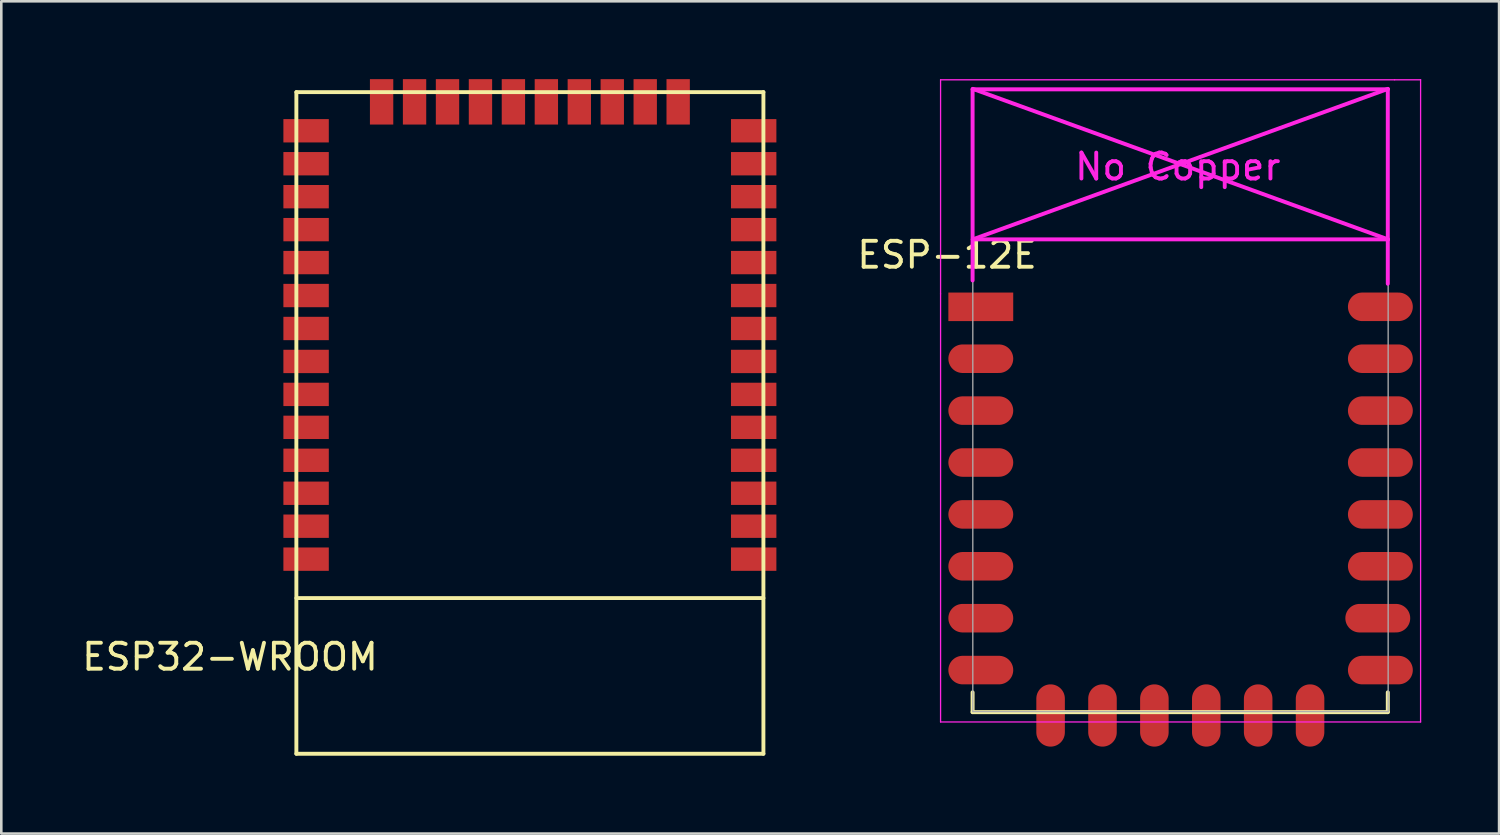
<source format=kicad_pcb>
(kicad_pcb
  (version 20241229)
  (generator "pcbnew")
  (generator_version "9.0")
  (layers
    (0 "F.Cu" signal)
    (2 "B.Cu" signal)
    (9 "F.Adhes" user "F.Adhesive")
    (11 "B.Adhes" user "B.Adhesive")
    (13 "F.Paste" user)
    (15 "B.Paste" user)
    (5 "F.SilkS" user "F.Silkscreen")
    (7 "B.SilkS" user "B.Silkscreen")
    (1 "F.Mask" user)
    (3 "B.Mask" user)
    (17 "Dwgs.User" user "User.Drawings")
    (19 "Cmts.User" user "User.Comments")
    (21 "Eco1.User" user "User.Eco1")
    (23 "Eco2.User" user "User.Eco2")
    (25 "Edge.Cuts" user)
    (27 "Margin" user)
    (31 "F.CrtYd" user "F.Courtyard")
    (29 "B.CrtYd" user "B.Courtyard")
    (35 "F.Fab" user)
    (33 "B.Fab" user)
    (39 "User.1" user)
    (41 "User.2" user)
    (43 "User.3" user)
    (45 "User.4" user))
  (footprint "ESP-12E"
    (layer "F.Cu")
    (at 35.45 8.775)
    (property "Reference" "ESP-12E" (at -2 -2 0) (layer "F.SilkS") (effects (font (size 1 1) (thickness 0.15))))
    (attr through_hole)
    (fp_line (start -1.016 14.859) (end -1.016 15.621) (stroke (width 0.152) (type solid)) (layer "F.SilkS"))
    (fp_line (start -1.016 15.621) (end 14.986 15.621) (stroke (width 0.152) (type solid)) (layer "F.SilkS"))
    (fp_line (start 14.986 15.621) (end 14.986 14.859) (stroke (width 0.152) (type solid)) (layer "F.SilkS"))
    (fp_line (start -2.25 -8.75) (end 15.25 -8.75) (stroke (width 0.05) (type solid)) (layer "F.CrtYd"))
    (fp_line (start -2.25 -0.5) (end -2.25 -8.75) (stroke (width 0.05) (type solid)) (layer "F.CrtYd"))
    (fp_line (start -2.25 16) (end -2.25 -0.5) (stroke (width 0.05) (type solid)) (layer "F.CrtYd"))
    (fp_line (start -1.016 -8.382) (end -1.016 -1.016) (stroke (width 0.152) (type solid)) (layer "F.CrtYd"))
    (fp_line (start -1.016 -8.382) (end 14.986 -8.382) (stroke (width 0.152) (type solid)) (layer "F.CrtYd"))
    (fp_line (start -1.008 -8.4) (end 14.992 -2.6) (stroke (width 0.152) (type solid)) (layer "F.CrtYd"))
    (fp_line (start -1.008 -2.6) (end 14.992 -2.6) (stroke (width 0.152) (type solid)) (layer "F.CrtYd"))
    (fp_line (start 14.986 -8.382) (end 14.986 -0.889) (stroke (width 0.152) (type solid)) (layer "F.CrtYd"))
    (fp_line (start 14.992 -8.4) (end -1.008 -2.6) (stroke (width 0.152) (type solid)) (layer "F.CrtYd"))
    (fp_line (start 15.25 -8.75) (end 16.25 -8.75) (stroke (width 0.05) (type solid)) (layer "F.CrtYd"))
    (fp_line (start 16.25 -8.75) (end 16.25 16) (stroke (width 0.05) (type solid)) (layer "F.CrtYd"))
    (fp_line (start 16.25 16) (end -2.25 16) (stroke (width 0.05) (type solid)) (layer "F.CrtYd"))
    (fp_line (start -1.008 -8.4) (end 14.992 -8.4) (stroke (width 0.05) (type solid)) (layer "F.Fab"))
    (fp_line (start -1.008 15.6) (end -1.008 -8.4) (stroke (width 0.05) (type solid)) (layer "F.Fab"))
    (fp_line (start 14.992 15.6) (end -1.008 15.6) (stroke (width 0.05) (type solid)) (layer "F.Fab"))
    (fp_line (start 15 -8.4) (end 15 15.6) (stroke (width 0.05) (type solid)) (layer "F.Fab"))
    (fp_text user "No Copper" (at 6.892 -5.4 0) (layer "F.CrtYd") (effects (font (size 1 1) (thickness 0.15))))
    (pad "1" smd rect (at 0 0) (size 2.5 1.1) (drill (offset -0.7 0)) (layers "F.Cu" "F.Mask" "F.Paste"))
    (pad "2" smd oval (at 0 2) (size 2.5 1.1) (drill (offset -0.7 0)) (layers "F.Cu" "F.Mask" "F.Paste"))
    (pad "3" smd oval (at 0 4) (size 2.5 1.1) (drill (offset -0.7 0)) (layers "F.Cu" "F.Mask" "F.Paste"))
    (pad "4" smd oval (at 0 6) (size 2.5 1.1) (drill (offset -0.7 0)) (layers "F.Cu" "F.Mask" "F.Paste"))
    (pad "5" smd oval (at 0 8) (size 2.5 1.1) (drill (offset -0.7 0)) (layers "F.Cu" "F.Mask" "F.Paste"))
    (pad "6" smd oval (at 0 10) (size 2.5 1.1) (drill (offset -0.7 0)) (layers "F.Cu" "F.Mask" "F.Paste"))
    (pad "7" smd oval (at 0 12) (size 2.5 1.1) (drill (offset -0.7 0)) (layers "F.Cu" "F.Mask" "F.Paste"))
    (pad "8" smd oval (at 0 14) (size 2.5 1.1) (drill (offset -0.7 0)) (layers "F.Cu" "F.Mask" "F.Paste"))
    (pad "9" smd oval (at 14 14) (size 2.5 1.1) (drill (offset 0.7 0)) (layers "F.Cu" "F.Mask" "F.Paste"))
    (pad "10" smd oval (at 14 12) (size 2.5 1.1) (drill (offset 0.6 0)) (layers "F.Cu" "F.Mask" "F.Paste"))
    (pad "11" smd oval (at 14 10) (size 2.5 1.1) (drill (offset 0.7 0)) (layers "F.Cu" "F.Mask" "F.Paste"))
    (pad "12" smd oval (at 14 8) (size 2.5 1.1) (drill (offset 0.7 0)) (layers "F.Cu" "F.Mask" "F.Paste"))
    (pad "13" smd oval (at 14 6) (size 2.5 1.1) (drill (offset 0.7 0)) (layers "F.Cu" "F.Mask" "F.Paste"))
    (pad "14" smd oval (at 14 4) (size 2.5 1.1) (drill (offset 0.7 0)) (layers "F.Cu" "F.Mask" "F.Paste"))
    (pad "15" smd oval (at 14 2) (size 2.5 1.1) (drill (offset 0.7 0)) (layers "F.Cu" "F.Mask" "F.Paste"))
    (pad "16" smd oval (at 14 0) (size 2.5 1.1) (drill (offset 0.7 0)) (layers "F.Cu" "F.Mask" "F.Paste"))
    (pad "17" smd oval (at 1.99 15.75 90) (size 2.4 1.1) (layers "F.Cu" "F.Mask" "F.Paste"))
    (pad "18" smd oval (at 3.99 15.75 90) (size 2.4 1.1) (layers "F.Cu" "F.Mask" "F.Paste"))
    (pad "19" smd oval (at 5.99 15.75 90) (size 2.4 1.1) (layers "F.Cu" "F.Mask" "F.Paste"))
    (pad "20" smd oval (at 7.99 15.75 90) (size 2.4 1.1) (layers "F.Cu" "F.Mask" "F.Paste"))
    (pad "21" smd oval (at 9.99 15.75 90) (size 2.4 1.1) (layers "F.Cu" "F.Mask" "F.Paste"))
    (pad "22" smd oval (at 11.99 15.75 90) (size 2.4 1.1) (layers "F.Cu" "F.Mask" "F.Paste")))
  (footprint "ESP32-WROOM"
    (layer "F.Cu")
    (at 17.372 13.25)
    (property "Reference" "ESP32-WROOM" (at -11.557 9.017 0) (layer "F.SilkS") (effects (font (size 1 1) (thickness 0.15))))
    (attr through_hole)
    (fp_line (start -9 -12.75) (end 9 -12.75) (stroke (width 0.15) (type solid)) (layer "F.SilkS"))
    (fp_line (start -9 6.75) (end 9 6.75) (stroke (width 0.15) (type solid)) (layer "F.SilkS"))
    (fp_line (start -9 12.75) (end -9 -12.75) (stroke (width 0.15) (type solid)) (layer "F.SilkS"))
    (fp_line (start -9 12.75) (end 9 12.75) (stroke (width 0.15) (type solid)) (layer "F.SilkS"))
    (fp_line (start 9 12.75) (end 9 -12.75) (stroke (width 0.15) (type solid)) (layer "F.SilkS"))
    (pad "1" smd rect (at 8.625 5.25) (size 1.75 0.9) (layers "F.Cu" "F.Mask" "F.Paste"))
    (pad "2" smd rect (at 8.625 3.98) (size 1.75 0.9) (layers "F.Cu" "F.Mask" "F.Paste"))
    (pad "3" smd rect (at 8.625 2.71) (size 1.75 0.9) (layers "F.Cu" "F.Mask" "F.Paste"))
    (pad "4" smd rect (at 8.625 1.44) (size 1.75 0.9) (layers "F.Cu" "F.Mask" "F.Paste"))
    (pad "5" smd rect (at 8.625 0.17) (size 1.75 0.9) (layers "F.Cu" "F.Mask" "F.Paste"))
    (pad "6" smd rect (at 8.625 -1.1) (size 1.75 0.9) (layers "F.Cu" "F.Mask" "F.Paste"))
    (pad "7" smd rect (at 8.625 -2.37) (size 1.75 0.9) (layers "F.Cu" "F.Mask" "F.Paste"))
    (pad "8" smd rect (at 8.625 -3.64) (size 1.75 0.9) (layers "F.Cu" "F.Mask" "F.Paste"))
    (pad "9" smd rect (at 8.625 -4.91) (size 1.75 0.9) (layers "F.Cu" "F.Mask" "F.Paste"))
    (pad "10" smd rect (at 8.625 -6.18) (size 1.75 0.9) (layers "F.Cu" "F.Mask" "F.Paste"))
    (pad "11" smd rect (at 8.625 -7.45) (size 1.75 0.9) (layers "F.Cu" "F.Mask" "F.Paste"))
    (pad "12" smd rect (at 8.625 -8.72) (size 1.75 0.9) (layers "F.Cu" "F.Mask" "F.Paste"))
    (pad "13" smd rect (at 8.625 -9.99) (size 1.75 0.9) (layers "F.Cu" "F.Mask" "F.Paste"))
    (pad "14" smd rect (at 8.625 -11.26) (size 1.75 0.9) (layers "F.Cu" "F.Mask" "F.Paste"))
    (pad "15" smd rect (at 5.715 -12.375) (size 0.9 1.75) (layers "F.Cu" "F.Mask" "F.Paste"))
    (pad "16" smd rect (at 4.445 -12.375) (size 0.9 1.75) (layers "F.Cu" "F.Mask" "F.Paste"))
    (pad "17" smd rect (at 3.175 -12.375) (size 0.9 1.75) (layers "F.Cu" "F.Mask" "F.Paste"))
    (pad "18" smd rect (at 1.905 -12.375) (size 0.9 1.75) (layers "F.Cu" "F.Mask" "F.Paste"))
    (pad "19" smd rect (at 0.635 -12.375) (size 0.9 1.75) (layers "F.Cu" "F.Mask" "F.Paste"))
    (pad "20" smd rect (at -0.635 -12.375) (size 0.9 1.75) (layers "F.Cu" "F.Mask" "F.Paste"))
    (pad "21" smd rect (at -1.905 -12.375) (size 0.9 1.75) (layers "F.Cu" "F.Mask" "F.Paste"))
    (pad "22" smd rect (at -3.175 -12.375) (size 0.9 1.75) (layers "F.Cu" "F.Mask" "F.Paste"))
    (pad "23" smd rect (at -4.445 -12.375) (size 0.9 1.75) (layers "F.Cu" "F.Mask" "F.Paste"))
    (pad "24" smd rect (at -5.715 -12.375) (size 0.9 1.75) (layers "F.Cu" "F.Mask" "F.Paste"))
    (pad "25" smd rect (at -8.625 -11.26) (size 1.75 0.9) (layers "F.Cu" "F.Mask" "F.Paste"))
    (pad "26" smd rect (at -8.625 -9.99) (size 1.75 0.9) (layers "F.Cu" "F.Mask" "F.Paste"))
    (pad "27" smd rect (at -8.625 -8.72) (size 1.75 0.9) (layers "F.Cu" "F.Mask" "F.Paste"))
    (pad "28" smd rect (at -8.625 -7.45) (size 1.75 0.9) (layers "F.Cu" "F.Mask" "F.Paste"))
    (pad "29" smd rect (at -8.625 -6.18) (size 1.75 0.9) (layers "F.Cu" "F.Mask" "F.Paste"))
    (pad "30" smd rect (at -8.625 -4.91) (size 1.75 0.9) (layers "F.Cu" "F.Mask" "F.Paste"))
    (pad "31" smd rect (at -8.625 -3.64) (size 1.75 0.9) (layers "F.Cu" "F.Mask" "F.Paste"))
    (pad "32" smd rect (at -8.625 -2.37) (size 1.75 0.9) (layers "F.Cu" "F.Mask" "F.Paste"))
    (pad "33" smd rect (at -8.625 -1.1) (size 1.75 0.9) (layers "F.Cu" "F.Mask" "F.Paste"))
    (pad "34" smd rect (at -8.625 0.17) (size 1.75 0.9) (layers "F.Cu" "F.Mask" "F.Paste"))
    (pad "35" smd rect (at -8.625 1.44) (size 1.75 0.9) (layers "F.Cu" "F.Mask" "F.Paste"))
    (pad "36" smd rect (at -8.625 2.71) (size 1.75 0.9) (layers "F.Cu" "F.Mask" "F.Paste"))
    (pad "37" smd rect (at -8.625 3.98) (size 1.75 0.9) (layers "F.Cu" "F.Mask" "F.Paste"))
    (pad "38" smd rect (at -8.625 5.25) (size 1.75 0.9) (layers "F.Cu" "F.Mask" "F.Paste")))
  (gr_rect
    (start -3 -3)
    (end 54.725 29.075)
    (stroke (width 0.1) (type default))
    (fill no)
    (layer "Edge.Cuts")))
</source>
